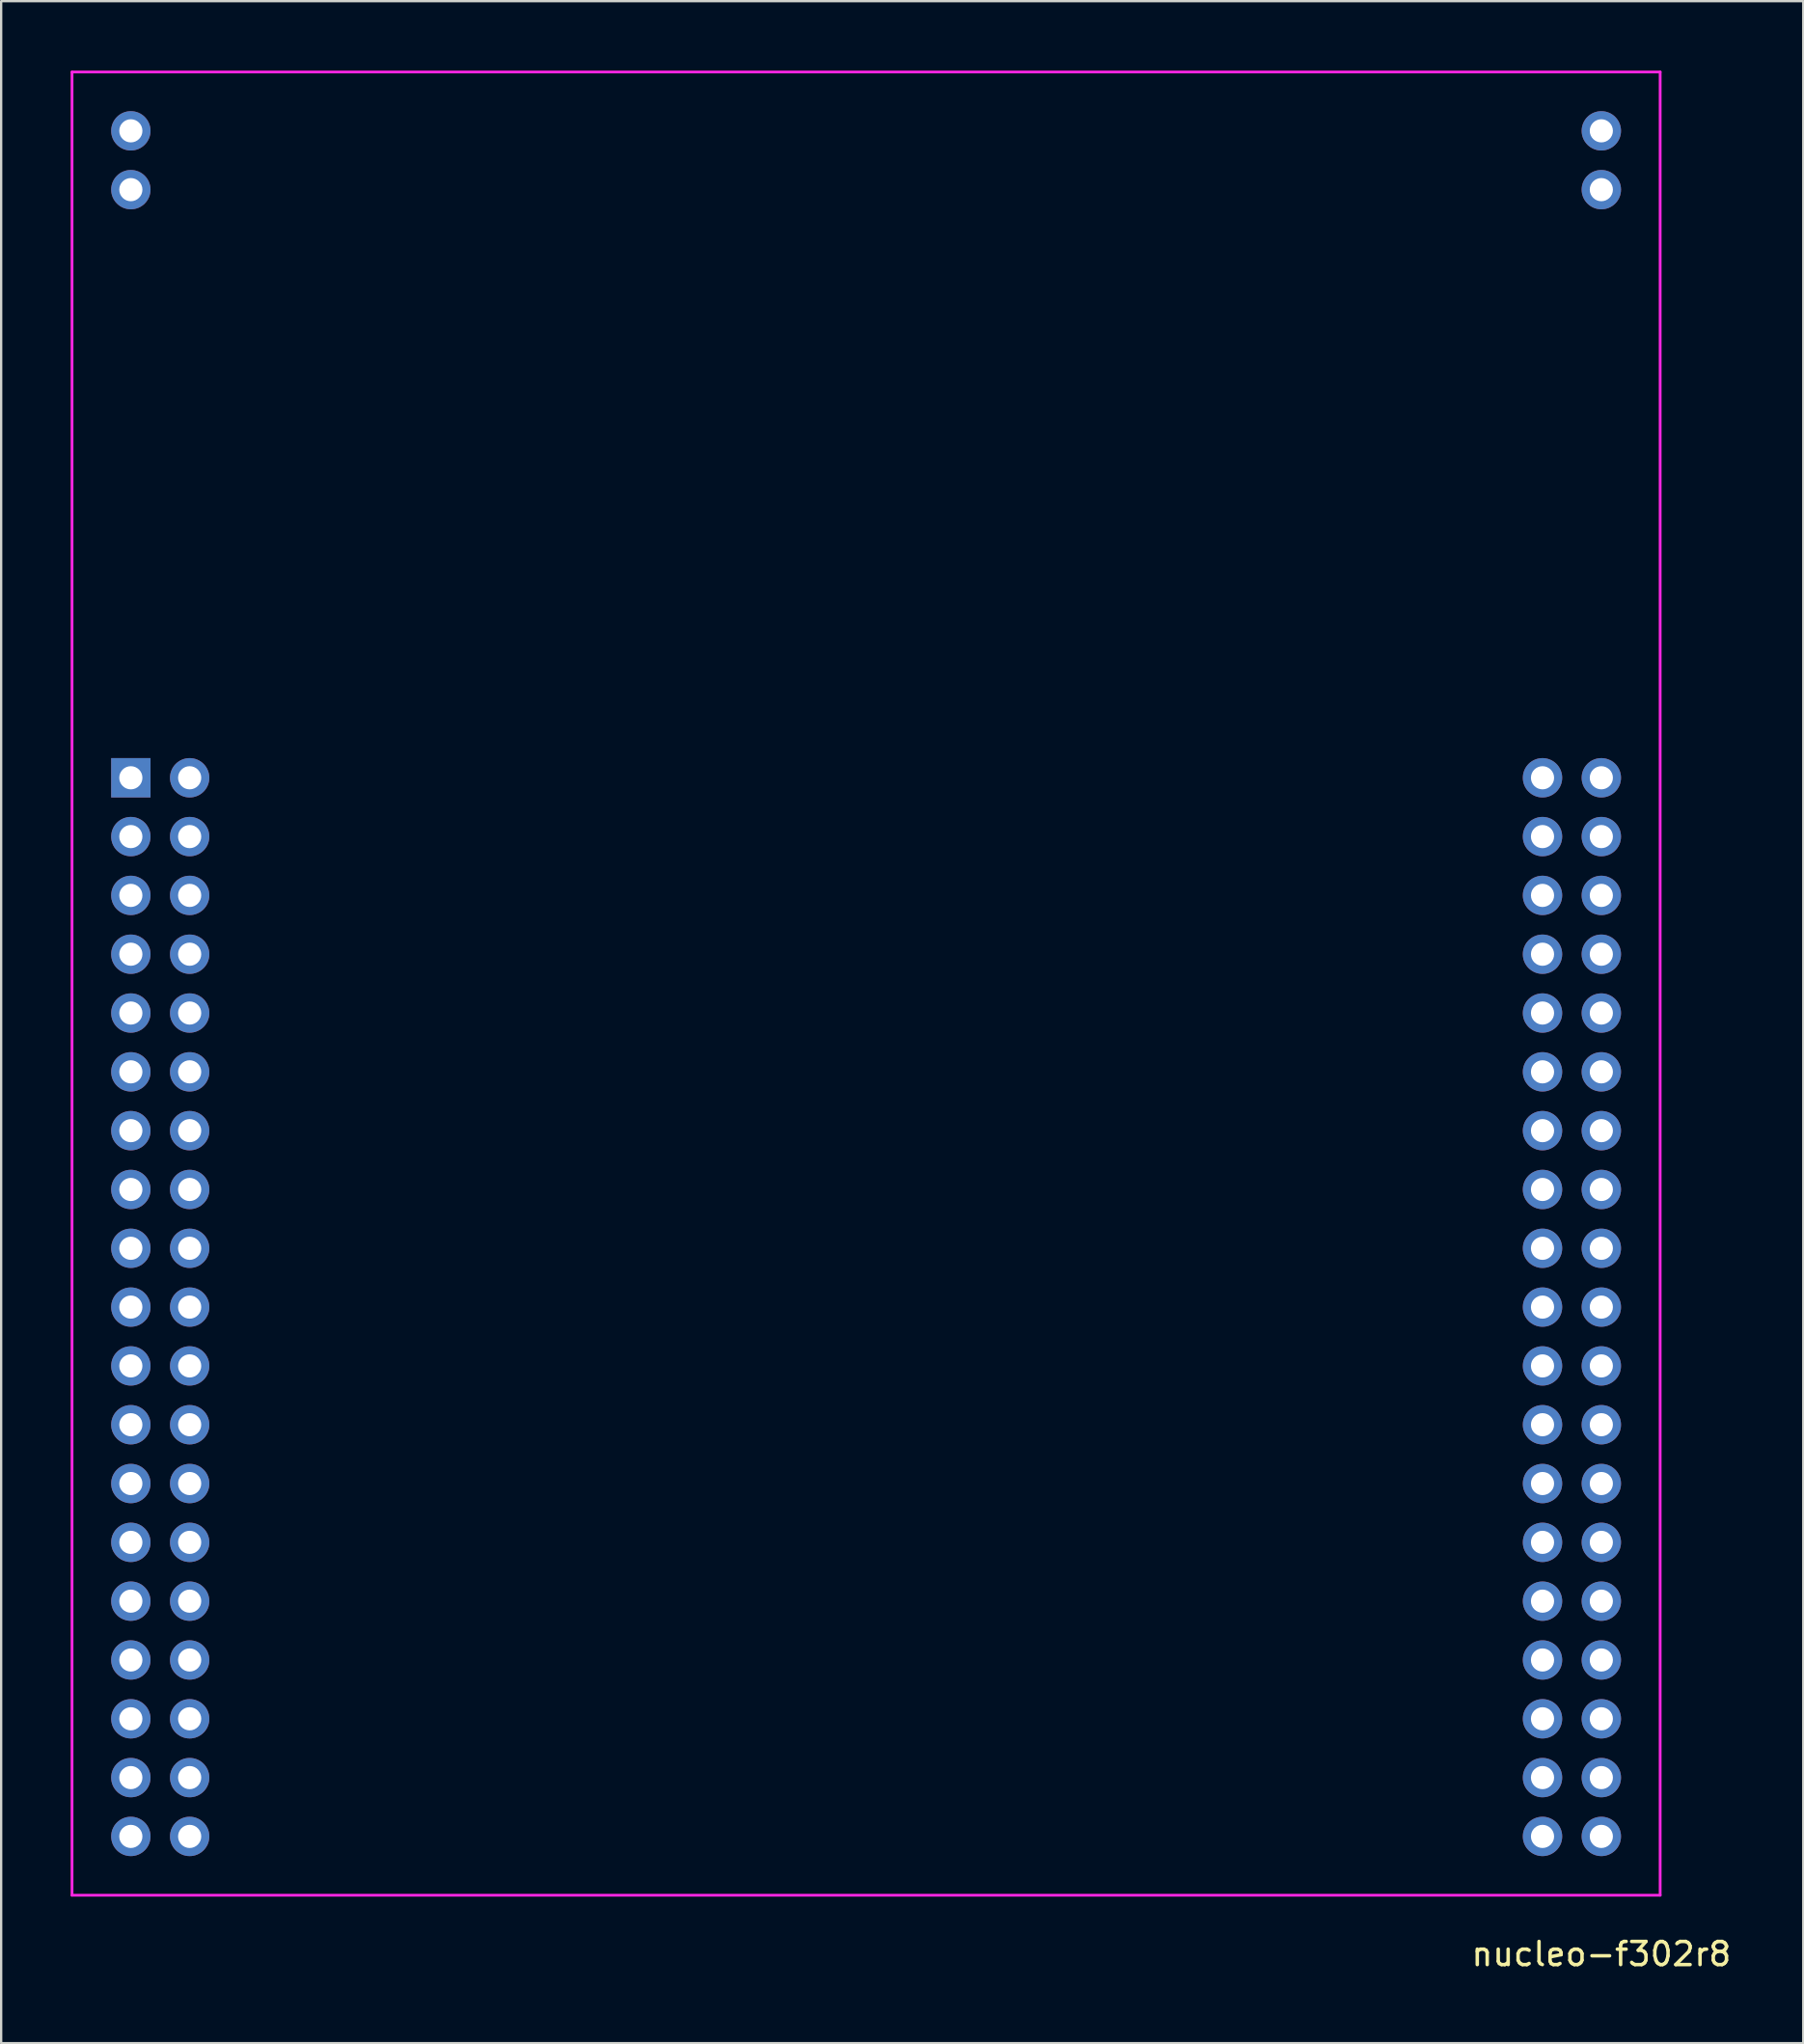
<source format=kicad_pcb>
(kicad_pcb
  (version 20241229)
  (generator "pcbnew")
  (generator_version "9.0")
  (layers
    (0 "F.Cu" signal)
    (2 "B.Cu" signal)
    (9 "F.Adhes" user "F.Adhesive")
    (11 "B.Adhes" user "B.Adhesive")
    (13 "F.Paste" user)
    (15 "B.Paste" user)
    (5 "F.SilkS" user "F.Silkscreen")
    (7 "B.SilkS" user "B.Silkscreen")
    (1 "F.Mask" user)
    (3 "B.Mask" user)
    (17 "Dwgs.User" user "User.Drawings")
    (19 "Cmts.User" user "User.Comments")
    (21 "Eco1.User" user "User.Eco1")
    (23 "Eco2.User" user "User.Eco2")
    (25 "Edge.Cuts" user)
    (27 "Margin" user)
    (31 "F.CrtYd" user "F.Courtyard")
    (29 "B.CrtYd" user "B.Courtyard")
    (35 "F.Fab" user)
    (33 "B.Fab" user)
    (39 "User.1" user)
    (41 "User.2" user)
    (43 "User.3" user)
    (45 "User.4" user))
  (footprint "nucleo-f302r8"
    (layer "F.Cu")
    (at 2.6 30.54)
    (property "Reference" "nucleo-f302r8" (at 63.5 50.8 0) (layer "F.SilkS") (effects (font (size 1 1) (thickness 0.15))))
    (attr through_hole)
    (fp_line (start -2.54 -30.48) (end 66.04 -30.48) (stroke (width 0.12) (type solid)) (layer "F.CrtYd"))
    (fp_line (start -2.54 48.26) (end -2.54 -30.48) (stroke (width 0.12) (type solid)) (layer "F.CrtYd"))
    (fp_line (start 66.04 -30.48) (end 66.04 48.26) (stroke (width 0.12) (type solid)) (layer "F.CrtYd"))
    (fp_line (start 66.04 48.26) (end -2.54 48.26) (stroke (width 0.12) (type solid)) (layer "F.CrtYd"))
    (pad "1" thru_hole rect (at 0 0) (size 1.7 1.7) (drill 1) (layers "*.Cu" "*.Mask"))
    (pad "2" thru_hole circle (at 2.54 0) (size 1.7 1.7) (drill 1) (layers "*.Cu" "*.Mask"))
    (pad "3" thru_hole circle (at 0 2.54) (size 1.7 1.7) (drill 1) (layers "*.Cu" "*.Mask"))
    (pad "4" thru_hole circle (at 2.54 2.54) (size 1.7 1.7) (drill 1) (layers "*.Cu" "*.Mask"))
    (pad "5" thru_hole circle (at 0 5.08) (size 1.7 1.7) (drill 1) (layers "*.Cu" "*.Mask"))
    (pad "6" thru_hole circle (at 2.54 5.08) (size 1.7 1.7) (drill 1) (layers "*.Cu" "*.Mask"))
    (pad "7" thru_hole circle (at 0 7.62) (size 1.7 1.7) (drill 1) (layers "*.Cu" "*.Mask"))
    (pad "8" thru_hole circle (at 2.54 7.62) (size 1.7 1.7) (drill 1) (layers "*.Cu" "*.Mask"))
    (pad "9" thru_hole circle (at 0 10.16) (size 1.7 1.7) (drill 1) (layers "*.Cu" "*.Mask"))
    (pad "10" thru_hole circle (at 2.54 10.16) (size 1.7 1.7) (drill 1) (layers "*.Cu" "*.Mask"))
    (pad "11" thru_hole circle (at 0 12.7) (size 1.7 1.7) (drill 1) (layers "*.Cu" "*.Mask"))
    (pad "12" thru_hole circle (at 2.54 12.7) (size 1.7 1.7) (drill 1) (layers "*.Cu" "*.Mask"))
    (pad "13" thru_hole circle (at 0 15.24) (size 1.7 1.7) (drill 1) (layers "*.Cu" "*.Mask"))
    (pad "14" thru_hole circle (at 2.54 15.24) (size 1.7 1.7) (drill 1) (layers "*.Cu" "*.Mask"))
    (pad "15" thru_hole circle (at 0 17.78) (size 1.7 1.7) (drill 1) (layers "*.Cu" "*.Mask"))
    (pad "16" thru_hole circle (at 2.54 17.78) (size 1.7 1.7) (drill 1) (layers "*.Cu" "*.Mask"))
    (pad "17" thru_hole circle (at 0 20.32) (size 1.7 1.7) (drill 1) (layers "*.Cu" "*.Mask"))
    (pad "18" thru_hole circle (at 2.54 20.32) (size 1.7 1.7) (drill 1) (layers "*.Cu" "*.Mask"))
    (pad "19" thru_hole circle (at 0 22.86) (size 1.7 1.7) (drill 1) (layers "*.Cu" "*.Mask"))
    (pad "20" thru_hole circle (at 2.54 22.86) (size 1.7 1.7) (drill 1) (layers "*.Cu" "*.Mask"))
    (pad "21" thru_hole circle (at 0 25.4) (size 1.7 1.7) (drill 1) (layers "*.Cu" "*.Mask"))
    (pad "22" thru_hole circle (at 2.54 25.4) (size 1.7 1.7) (drill 1) (layers "*.Cu" "*.Mask"))
    (pad "23" thru_hole circle (at 0 27.94) (size 1.7 1.7) (drill 1) (layers "*.Cu" "*.Mask"))
    (pad "24" thru_hole circle (at 2.54 27.94) (size 1.7 1.7) (drill 1) (layers "*.Cu" "*.Mask"))
    (pad "25" thru_hole circle (at 0 30.48) (size 1.7 1.7) (drill 1) (layers "*.Cu" "*.Mask"))
    (pad "26" thru_hole circle (at 2.54 30.48) (size 1.7 1.7) (drill 1) (layers "*.Cu" "*.Mask"))
    (pad "27" thru_hole circle (at 0 33.02) (size 1.7 1.7) (drill 1) (layers "*.Cu" "*.Mask"))
    (pad "28" thru_hole circle (at 2.54 33.02) (size 1.7 1.7) (drill 1) (layers "*.Cu" "*.Mask"))
    (pad "29" thru_hole circle (at 0 35.56) (size 1.7 1.7) (drill 1) (layers "*.Cu" "*.Mask"))
    (pad "30" thru_hole circle (at 2.54 35.56) (size 1.7 1.7) (drill 1) (layers "*.Cu" "*.Mask"))
    (pad "31" thru_hole circle (at 0 38.1) (size 1.7 1.7) (drill 1) (layers "*.Cu" "*.Mask"))
    (pad "32" thru_hole circle (at 2.54 38.1) (size 1.7 1.7) (drill 1) (layers "*.Cu" "*.Mask"))
    (pad "33" thru_hole circle (at 0 40.64) (size 1.7 1.7) (drill 1) (layers "*.Cu" "*.Mask"))
    (pad "34" thru_hole circle (at 2.54 40.64) (size 1.7 1.7) (drill 1) (layers "*.Cu" "*.Mask"))
    (pad "35" thru_hole circle (at 0 43.18) (size 1.7 1.7) (drill 1) (layers "*.Cu" "*.Mask"))
    (pad "36" thru_hole circle (at 2.54 43.18) (size 1.7 1.7) (drill 1) (layers "*.Cu" "*.Mask"))
    (pad "37" thru_hole circle (at 0 45.72) (size 1.7 1.7) (drill 1) (layers "*.Cu" "*.Mask"))
    (pad "38" thru_hole circle (at 2.54 45.72) (size 1.7 1.7) (drill 1) (layers "*.Cu" "*.Mask"))
    (pad "39" thru_hole circle (at 60.96 0) (size 1.7 1.7) (drill 1) (layers "*.Cu" "*.Mask"))
    (pad "40" thru_hole circle (at 63.5 0) (size 1.7 1.7) (drill 1) (layers "*.Cu" "*.Mask"))
    (pad "41" thru_hole circle (at 60.96 2.54) (size 1.7 1.7) (drill 1) (layers "*.Cu" "*.Mask"))
    (pad "42" thru_hole circle (at 63.5 2.54) (size 1.7 1.7) (drill 1) (layers "*.Cu" "*.Mask"))
    (pad "43" thru_hole circle (at 60.96 5.08) (size 1.7 1.7) (drill 1) (layers "*.Cu" "*.Mask"))
    (pad "44" thru_hole circle (at 63.5 5.08) (size 1.7 1.7) (drill 1) (layers "*.Cu" "*.Mask"))
    (pad "45" thru_hole circle (at 60.96 7.62) (size 1.7 1.7) (drill 1) (layers "*.Cu" "*.Mask"))
    (pad "46" thru_hole circle (at 63.5 7.62) (size 1.7 1.7) (drill 1) (layers "*.Cu" "*.Mask"))
    (pad "47" thru_hole circle (at 60.96 10.16) (size 1.7 1.7) (drill 1) (layers "*.Cu" "*.Mask"))
    (pad "48" thru_hole circle (at 63.5 10.16) (size 1.7 1.7) (drill 1) (layers "*.Cu" "*.Mask"))
    (pad "49" thru_hole circle (at 60.96 12.7) (size 1.7 1.7) (drill 1) (layers "*.Cu" "*.Mask"))
    (pad "50" thru_hole circle (at 63.5 12.7) (size 1.7 1.7) (drill 1) (layers "*.Cu" "*.Mask"))
    (pad "51" thru_hole circle (at 60.96 15.24) (size 1.7 1.7) (drill 1) (layers "*.Cu" "*.Mask"))
    (pad "52" thru_hole circle (at 63.5 15.24) (size 1.7 1.7) (drill 1) (layers "*.Cu" "*.Mask"))
    (pad "53" thru_hole circle (at 60.96 17.78) (size 1.7 1.7) (drill 1) (layers "*.Cu" "*.Mask"))
    (pad "54" thru_hole circle (at 63.5 17.78) (size 1.7 1.7) (drill 1) (layers "*.Cu" "*.Mask"))
    (pad "55" thru_hole circle (at 60.96 20.32) (size 1.7 1.7) (drill 1) (layers "*.Cu" "*.Mask"))
    (pad "56" thru_hole circle (at 63.5 20.32) (size 1.7 1.7) (drill 1) (layers "*.Cu" "*.Mask"))
    (pad "57" thru_hole circle (at 60.96 22.86) (size 1.7 1.7) (drill 1) (layers "*.Cu" "*.Mask"))
    (pad "58" thru_hole circle (at 63.5 22.86) (size 1.7 1.7) (drill 1) (layers "*.Cu" "*.Mask"))
    (pad "59" thru_hole circle (at 60.96 25.4) (size 1.7 1.7) (drill 1) (layers "*.Cu" "*.Mask"))
    (pad "60" thru_hole circle (at 63.5 25.4) (size 1.7 1.7) (drill 1) (layers "*.Cu" "*.Mask"))
    (pad "61" thru_hole circle (at 60.96 27.94) (size 1.7 1.7) (drill 1) (layers "*.Cu" "*.Mask"))
    (pad "62" thru_hole circle (at 63.5 27.94) (size 1.7 1.7) (drill 1) (layers "*.Cu" "*.Mask"))
    (pad "63" thru_hole circle (at 60.96 30.48) (size 1.7 1.7) (drill 1) (layers "*.Cu" "*.Mask"))
    (pad "64" thru_hole circle (at 63.5 30.48) (size 1.7 1.7) (drill 1) (layers "*.Cu" "*.Mask"))
    (pad "65" thru_hole circle (at 60.96 33.02) (size 1.7 1.7) (drill 1) (layers "*.Cu" "*.Mask"))
    (pad "66" thru_hole circle (at 63.5 33.02) (size 1.7 1.7) (drill 1) (layers "*.Cu" "*.Mask"))
    (pad "67" thru_hole circle (at 60.96 35.56) (size 1.7 1.7) (drill 1) (layers "*.Cu" "*.Mask"))
    (pad "68" thru_hole circle (at 63.5 35.56) (size 1.7 1.7) (drill 1) (layers "*.Cu" "*.Mask"))
    (pad "69" thru_hole circle (at 60.96 38.1) (size 1.7 1.7) (drill 1) (layers "*.Cu" "*.Mask"))
    (pad "70" thru_hole circle (at 63.5 38.1) (size 1.7 1.7) (drill 1) (layers "*.Cu" "*.Mask"))
    (pad "71" thru_hole circle (at 60.96 40.64) (size 1.7 1.7) (drill 1) (layers "*.Cu" "*.Mask"))
    (pad "72" thru_hole circle (at 63.5 40.64) (size 1.7 1.7) (drill 1) (layers "*.Cu" "*.Mask"))
    (pad "73" thru_hole circle (at 60.96 43.18) (size 1.7 1.7) (drill 1) (layers "*.Cu" "*.Mask"))
    (pad "74" thru_hole circle (at 63.5 43.18) (size 1.7 1.7) (drill 1) (layers "*.Cu" "*.Mask"))
    (pad "75" thru_hole circle (at 60.96 45.72) (size 1.7 1.7) (drill 1) (layers "*.Cu" "*.Mask"))
    (pad "76" thru_hole circle (at 63.5 45.72) (size 1.7 1.7) (drill 1) (layers "*.Cu" "*.Mask"))
    (pad "77" thru_hole circle (at 0 -27.94) (size 1.7 1.7) (drill 1) (layers "*.Cu" "*.Mask"))
    (pad "78" thru_hole circle (at 0 -25.4) (size 1.7 1.7) (drill 1) (layers "*.Cu" "*.Mask"))
    (pad "79" thru_hole circle (at 63.5 -27.94) (size 1.7 1.7) (drill 1) (layers "*.Cu" "*.Mask"))
    (pad "80" thru_hole circle (at 63.5 -25.4) (size 1.7 1.7) (drill 1) (layers "*.Cu" "*.Mask")))
  (gr_rect
    (start -3 -3)
    (end 74.82 85.188)
    (stroke (width 0.1) (type default))
    (fill no)
    (layer "Edge.Cuts")))
</source>
